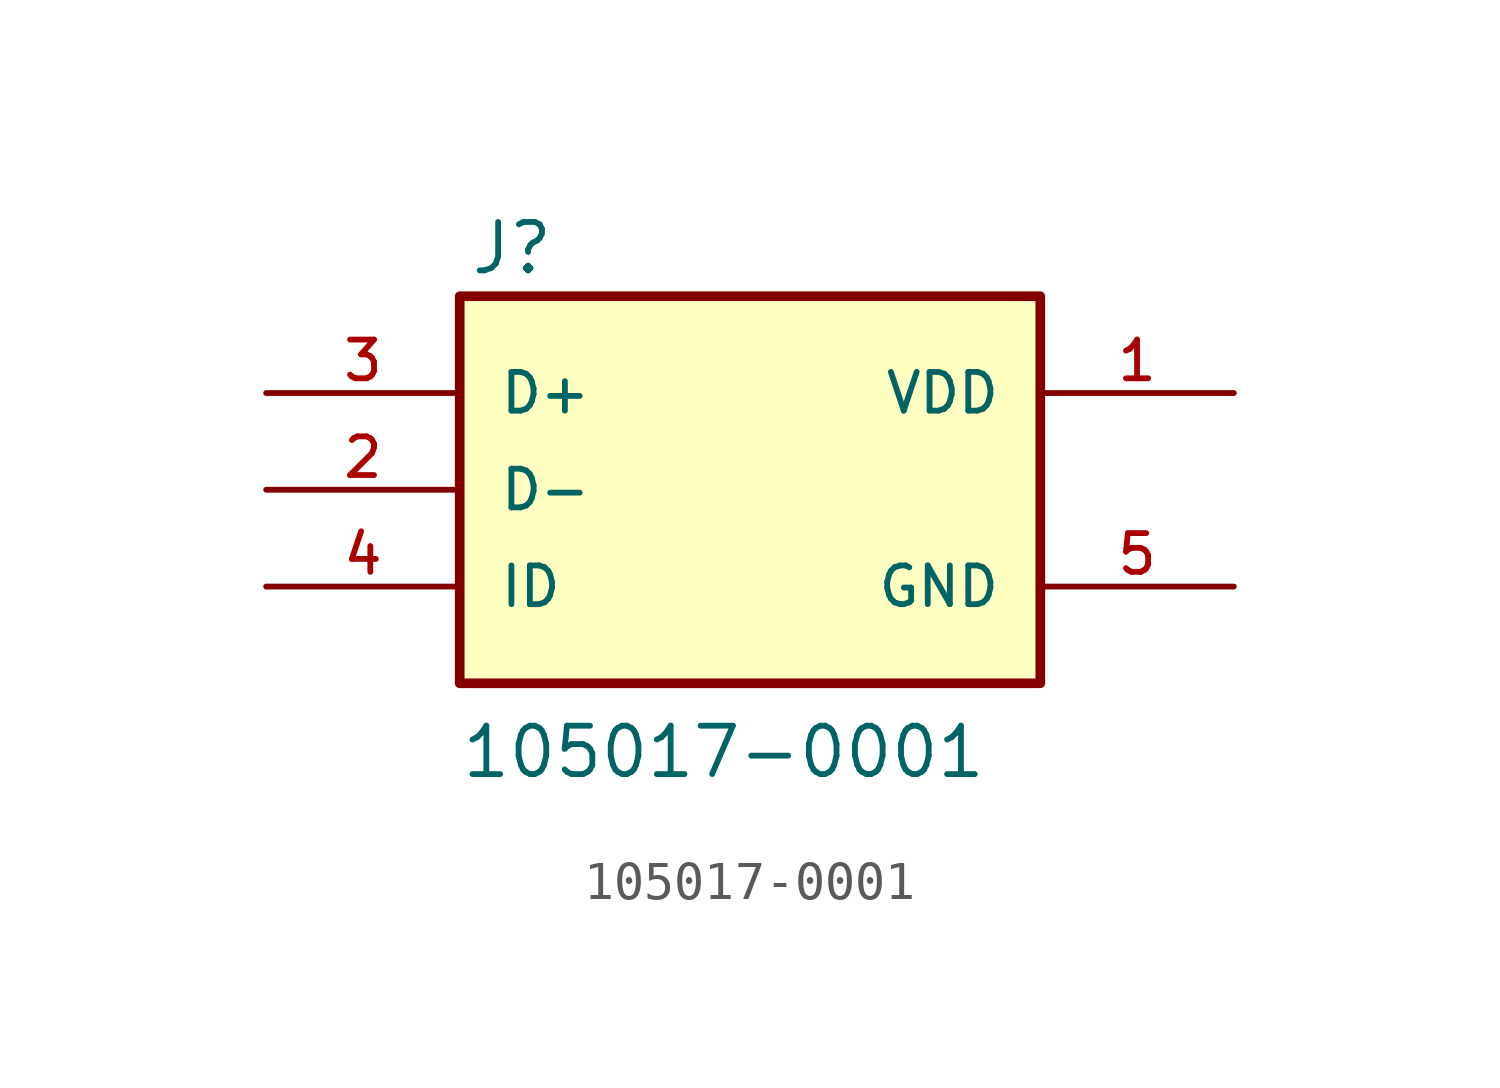
<source format=kicad_sym>
(kicad_symbol_lib
  (version 20211014)
  (generator kicad_symbol_editor)
  (symbol "105017-0001"
    (pin_names
      (offset 1.016))
    (property "Reference" "J"
      (at -7.377 5.596 0)
      (effects (font (size 1.27 1.27)) (justify left bottom)))
    (property "Value" "105017-0001"
      (at -7.626 -7.626 0)
      (effects (font (size 1.27 1.27)) (justify left bottom)))
    (symbol "105017-0001_0_0"
      (rectangle (start -7.62 -5.08) (end 7.62 5.08) (stroke (width 0.254) (type default) (color 0 0 0 0)) (fill (type background)))
      (pin power_in line (at 12.7 2.54 180) (length 5.08) (name "VDD" (effects (font (size 1.016 1.016)))) (number "1" (effects (font (size 1.016 1.016)))))
      (pin bidirectional line (at -12.7 0 0) (length 5.08) (name "D-" (effects (font (size 1.016 1.016)))) (number "2" (effects (font (size 1.016 1.016)))))
      (pin bidirectional line (at -12.7 2.54 0) (length 5.08) (name "D+" (effects (font (size 1.016 1.016)))) (number "3" (effects (font (size 1.016 1.016)))))
      (pin passive line (at -12.7 -2.54 0) (length 5.08) (name "ID" (effects (font (size 1.016 1.016)))) (number "4" (effects (font (size 1.016 1.016)))))
      (pin power_in line (at 12.7 -2.54 180) (length 5.08) (name "GND" (effects (font (size 1.016 1.016)))) (number "5" (effects (font (size 1.016 1.016))))))))
</source>
